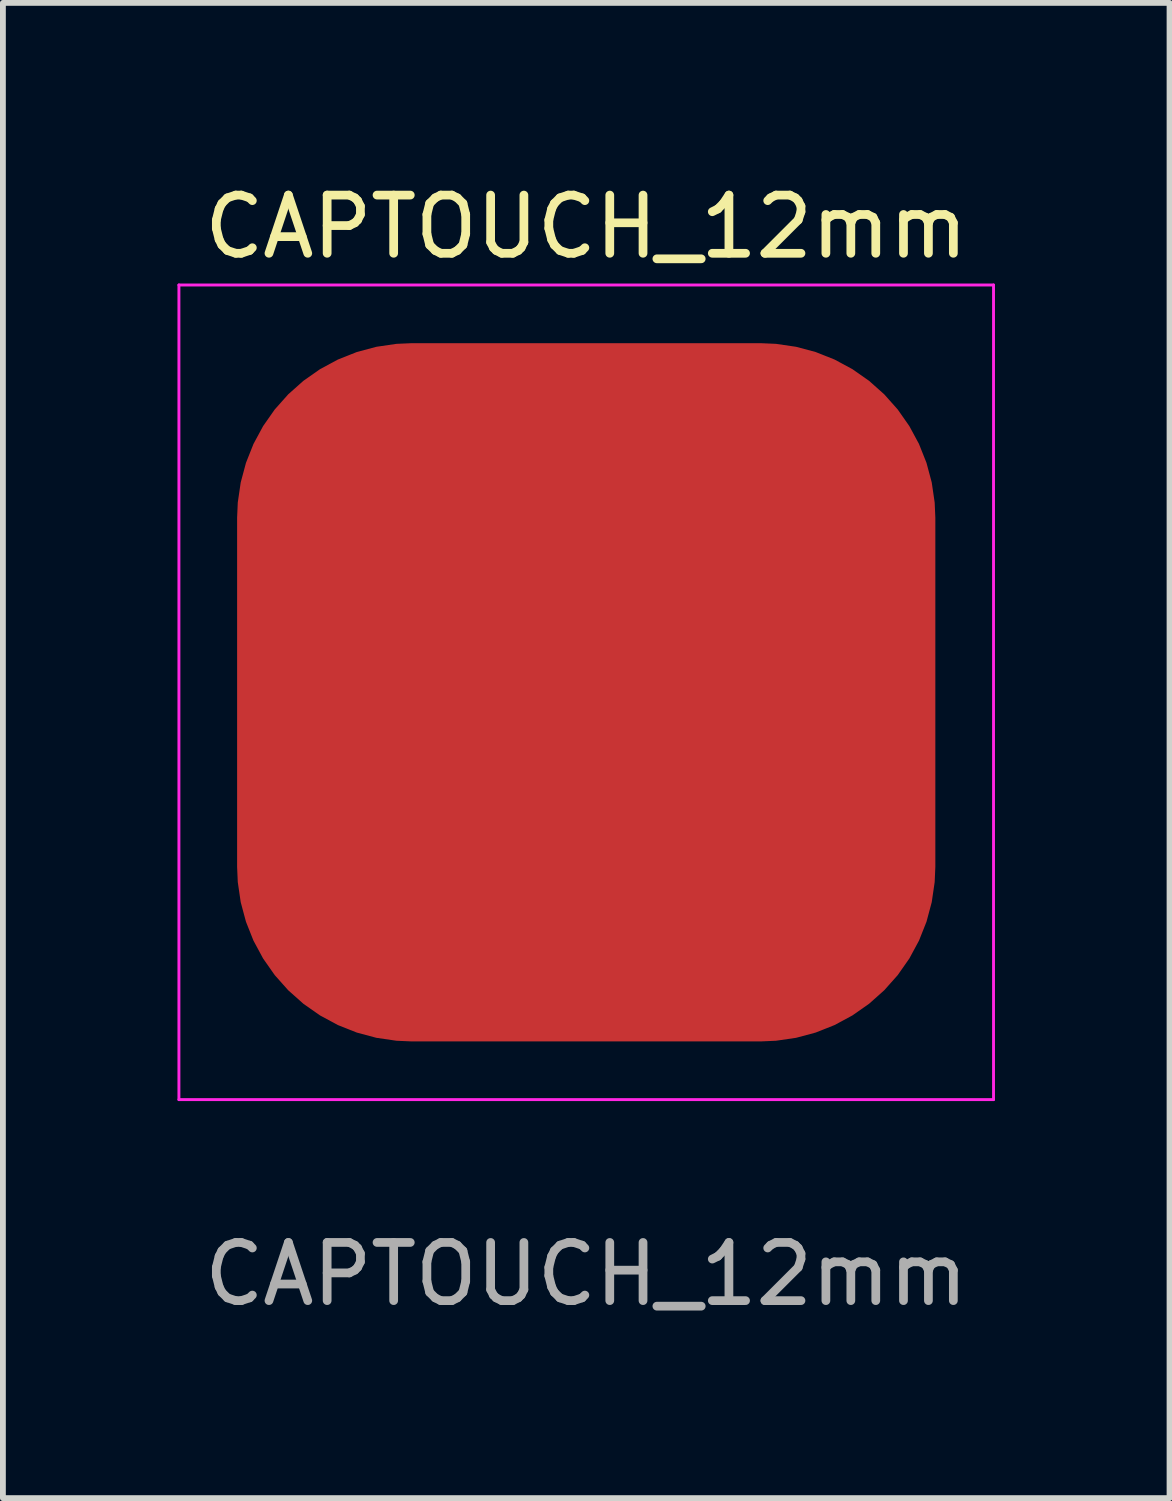
<source format=kicad_pcb>
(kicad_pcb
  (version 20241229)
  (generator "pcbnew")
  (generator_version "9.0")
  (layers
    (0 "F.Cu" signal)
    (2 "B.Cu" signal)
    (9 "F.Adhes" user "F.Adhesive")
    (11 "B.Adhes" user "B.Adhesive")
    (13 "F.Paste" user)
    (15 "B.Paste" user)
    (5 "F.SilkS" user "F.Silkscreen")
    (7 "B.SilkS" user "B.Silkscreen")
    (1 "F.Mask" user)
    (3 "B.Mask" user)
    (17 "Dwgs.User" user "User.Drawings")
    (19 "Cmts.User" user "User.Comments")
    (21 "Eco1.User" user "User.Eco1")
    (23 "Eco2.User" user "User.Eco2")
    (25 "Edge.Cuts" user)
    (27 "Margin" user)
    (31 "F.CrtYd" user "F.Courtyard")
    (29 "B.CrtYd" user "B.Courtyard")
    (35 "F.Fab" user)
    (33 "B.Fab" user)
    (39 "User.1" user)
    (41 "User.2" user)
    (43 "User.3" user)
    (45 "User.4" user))
  (footprint "CAPTOUCH_12mm"
    (layer "F.Cu")
    (at 7.025 8.848)
    (property "Reference" "CAPTOUCH_12mm" (at 0 -8 0) (unlocked yes) (layer "F.SilkS") (effects (font (size 1 1) (thickness 0.15))))
    (attr smd)
    (fp_line (start -7 -7) (end 7 -7) (stroke (width 0.05) (type solid)) (layer "F.CrtYd"))
    (fp_line (start -7 7) (end -7 -7) (stroke (width 0.05) (type solid)) (layer "F.CrtYd"))
    (fp_line (start 7 -7) (end 7 7) (stroke (width 0.05) (type solid)) (layer "F.CrtYd"))
    (fp_line (start 7 7) (end -7 7) (stroke (width 0.05) (type solid)) (layer "F.CrtYd"))
    (fp_text user "${REFERENCE}" (at 0 10 0) (unlocked yes) (layer "F.Fab") (effects (font (size 1 1) (thickness 0.15))))
    (pad "1" smd roundrect (at 0 0 90) (size 12 12) (layers "F.Cu") (roundrect_rratio 0.25)))
  (gr_rect
    (start -3 -3)
    (end 17.05 22.697)
    (stroke (width 0.1) (type default))
    (fill no)
    (layer "Edge.Cuts")))
</source>
